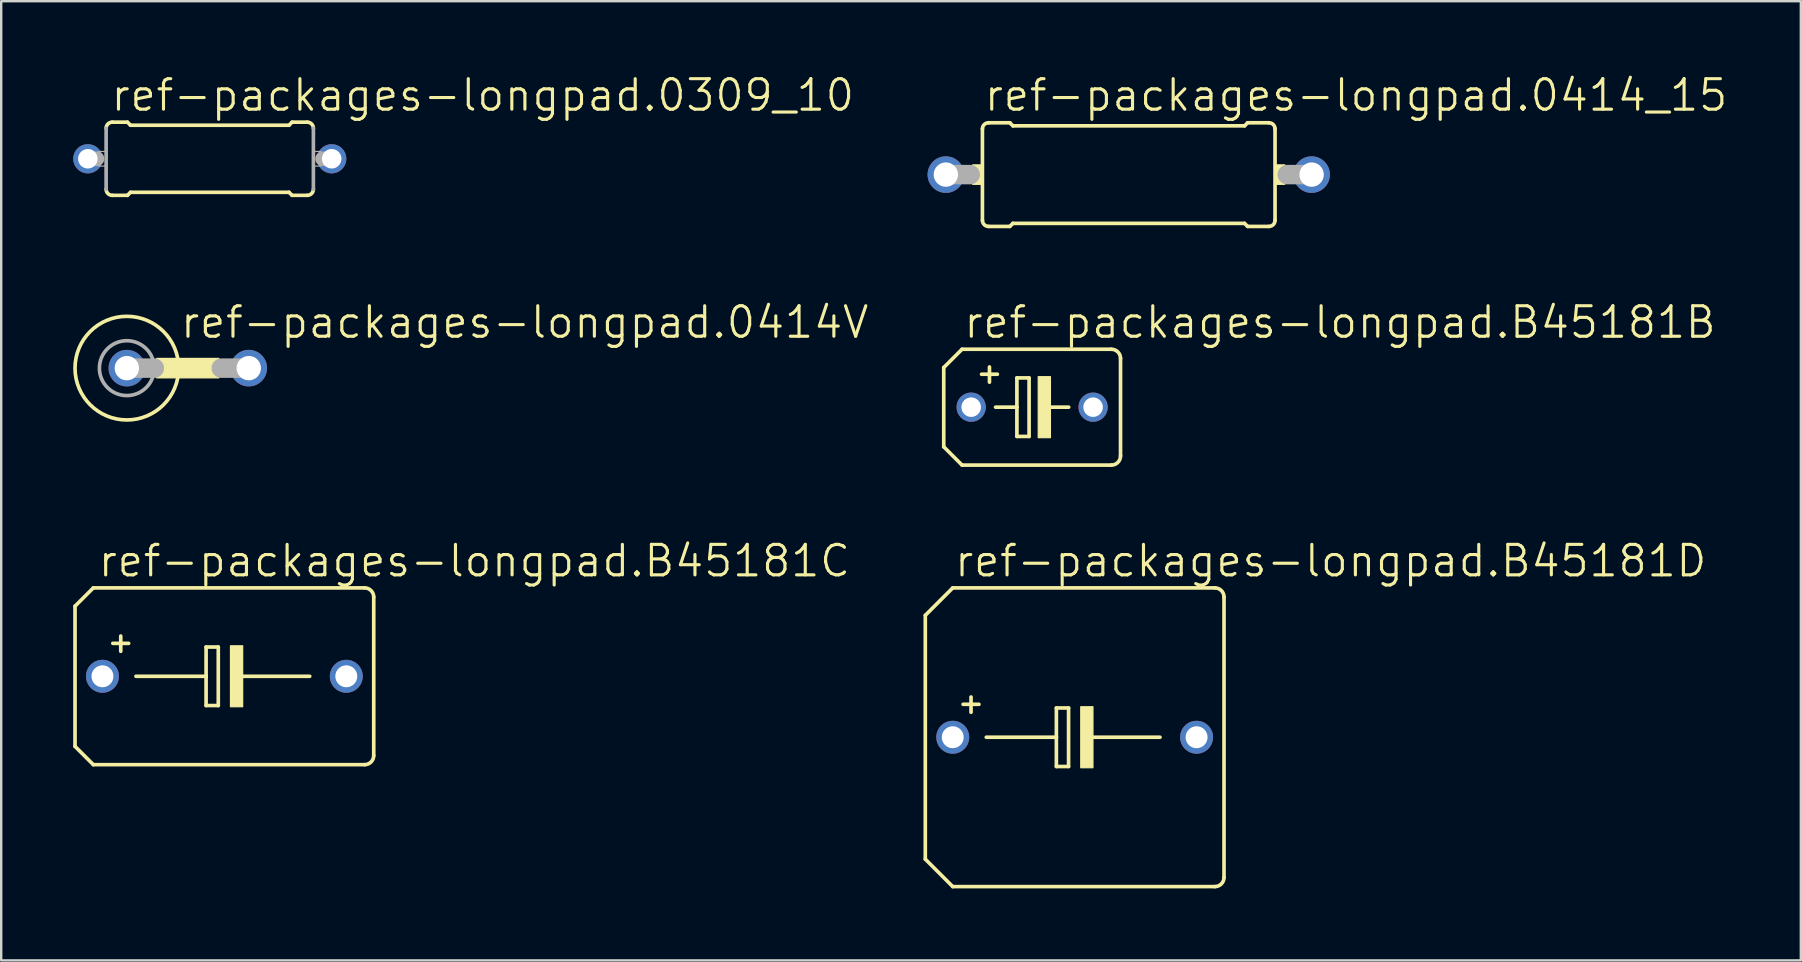
<source format=kicad_pcb>
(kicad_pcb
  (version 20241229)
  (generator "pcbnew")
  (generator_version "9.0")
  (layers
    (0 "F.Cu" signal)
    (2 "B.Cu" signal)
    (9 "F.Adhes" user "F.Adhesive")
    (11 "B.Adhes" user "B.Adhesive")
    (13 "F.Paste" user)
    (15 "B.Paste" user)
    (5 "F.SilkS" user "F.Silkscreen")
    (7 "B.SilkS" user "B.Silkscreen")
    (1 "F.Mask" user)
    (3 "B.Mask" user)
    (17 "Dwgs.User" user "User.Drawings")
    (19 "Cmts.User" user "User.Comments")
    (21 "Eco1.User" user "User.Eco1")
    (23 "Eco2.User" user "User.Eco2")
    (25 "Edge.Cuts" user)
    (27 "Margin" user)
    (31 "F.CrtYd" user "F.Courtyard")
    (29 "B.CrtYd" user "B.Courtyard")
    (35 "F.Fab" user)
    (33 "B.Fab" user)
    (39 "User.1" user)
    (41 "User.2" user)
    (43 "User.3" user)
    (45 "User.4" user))
  (footprint "ref-packages-longpad.0414_15"
    (layer "F.Cu")
    (at 43.98 4.225)
    (property "Reference" "ref-packages-longpad.0414_15" (at -6.096 -2.565 0) (layer "F.SilkS") (effects (font (size 1.27 1.27) (thickness 0.13)) (justify left bottom)))
    (attr through_hole)
    (fp_line (start -6.096 1.905) (end -6.096 -1.905) (stroke (width 0.152) (type default)) (layer "F.SilkS"))
    (fp_line (start -5.842 -2.159) (end -4.953 -2.159) (stroke (width 0.152) (type default)) (layer "F.SilkS"))
    (fp_line (start -5.842 2.159) (end -4.953 2.159) (stroke (width 0.152) (type default)) (layer "F.SilkS"))
    (fp_line (start -4.826 -2.032) (end -4.953 -2.159) (stroke (width 0.152) (type default)) (layer "F.SilkS"))
    (fp_line (start -4.826 2.032) (end -4.953 2.159) (stroke (width 0.152) (type default)) (layer "F.SilkS"))
    (fp_line (start 4.826 -2.032) (end -4.826 -2.032) (stroke (width 0.152) (type default)) (layer "F.SilkS"))
    (fp_line (start 4.826 -2.032) (end 4.953 -2.159) (stroke (width 0.152) (type default)) (layer "F.SilkS"))
    (fp_line (start 4.826 2.032) (end -4.826 2.032) (stroke (width 0.152) (type default)) (layer "F.SilkS"))
    (fp_line (start 4.826 2.032) (end 4.953 2.159) (stroke (width 0.152) (type default)) (layer "F.SilkS"))
    (fp_line (start 5.842 -2.159) (end 4.953 -2.159) (stroke (width 0.152) (type default)) (layer "F.SilkS"))
    (fp_line (start 5.842 2.159) (end 4.953 2.159) (stroke (width 0.152) (type default)) (layer "F.SilkS"))
    (fp_line (start 6.096 1.905) (end 6.096 -1.905) (stroke (width 0.152) (type default)) (layer "F.SilkS"))
    (fp_rect (start -6.502 0.406) (end -6.096 -0.406) (stroke (width 0.05) (type default)) (fill yes) (layer "F.SilkS"))
    (fp_rect (start 6.096 0.406) (end 6.502 -0.406) (stroke (width 0.05) (type default)) (fill yes) (layer "F.SilkS"))
    (fp_arc (start -6.096 -1.905) (mid -6.021605 -2.084605) (end -5.842 -2.159) (stroke (width 0.1524) (type default)) (layer "F.SilkS"))
    (fp_arc (start -5.842 2.159) (mid -6.021605 2.084605) (end -6.096 1.905) (stroke (width 0.1524) (type default)) (layer "F.SilkS"))
    (fp_arc (start 5.842 -2.159) (mid 6.021605 -2.084605) (end 6.096 -1.905) (stroke (width 0.1524) (type default)) (layer "F.SilkS"))
    (fp_arc (start 6.096 1.905) (mid 6.021605 2.084605) (end 5.842 2.159) (stroke (width 0.1524) (type default)) (layer "F.SilkS"))
    (fp_line (start -7.62 0) (end -6.604 0) (stroke (width 0.813) (type default)) (layer "F.Fab"))
    (fp_line (start 7.62 0) (end 6.604 0) (stroke (width 0.813) (type default)) (layer "F.Fab"))
    (pad "1" thru_hole circle (at -7.62 0) (size 1.524 1.524) (drill 1.016) (layers "*.Cu" "*.Mask"))
    (pad "2" thru_hole circle (at 7.62 0) (size 1.524 1.524) (drill 1.016) (layers "*.Cu" "*.Mask")))
  (footprint "ref-packages-longpad.B45181D"
    (layer "F.Cu")
    (at 41.727 27.668)
    (property "Reference" "ref-packages-longpad.B45181D" (at -5.08 -6.604 0) (layer "F.SilkS") (effects (font (size 1.27 1.27) (thickness 0.13)) (justify left bottom)))
    (attr through_hole)
    (fp_line (start -6.223 -5.08) (end -6.223 5.08) (stroke (width 0.152) (type default)) (layer "F.SilkS"))
    (fp_line (start -6.223 -5.08) (end -5.08 -6.223) (stroke (width 0.152) (type default)) (layer "F.SilkS"))
    (fp_line (start -5.08 6.223) (end -6.223 5.08) (stroke (width 0.152) (type default)) (layer "F.SilkS"))
    (fp_line (start -5.08 6.223) (end 5.842 6.223) (stroke (width 0.152) (type default)) (layer "F.SilkS"))
    (fp_line (start -4.318 -1.676) (end -4.318 -1.041) (stroke (width 0.152) (type default)) (layer "F.SilkS"))
    (fp_line (start -3.988 -1.372) (end -4.648 -1.372) (stroke (width 0.152) (type default)) (layer "F.SilkS"))
    (fp_line (start -3.683 0) (end -0.762 0) (stroke (width 0.152) (type default)) (layer "F.SilkS"))
    (fp_line (start -0.762 -1.219) (end -0.762 0) (stroke (width 0.152) (type default)) (layer "F.SilkS"))
    (fp_line (start -0.762 0) (end -0.762 1.219) (stroke (width 0.152) (type default)) (layer "F.SilkS"))
    (fp_line (start -0.762 1.219) (end -0.254 1.219) (stroke (width 0.152) (type default)) (layer "F.SilkS"))
    (fp_line (start -0.254 -1.219) (end -0.762 -1.219) (stroke (width 0.152) (type default)) (layer "F.SilkS"))
    (fp_line (start -0.254 1.219) (end -0.254 -1.219) (stroke (width 0.152) (type default)) (layer "F.SilkS"))
    (fp_line (start 0.635 0) (end 3.556 0) (stroke (width 0.152) (type default)) (layer "F.SilkS"))
    (fp_line (start 5.842 -6.223) (end -5.08 -6.223) (stroke (width 0.152) (type default)) (layer "F.SilkS"))
    (fp_line (start 6.223 -5.842) (end 6.223 5.842) (stroke (width 0.152) (type default)) (layer "F.SilkS"))
    (fp_rect (start 0.254 1.27) (end 0.762 -1.27) (stroke (width 0.05) (type default)) (fill yes) (layer "F.SilkS"))
    (fp_arc (start 5.842 -6.223) (mid 6.111408 -6.111408) (end 6.223 -5.842) (stroke (width 0.1524) (type default)) (layer "F.SilkS"))
    (fp_arc (start 6.223 5.842) (mid 6.111408 6.111408) (end 5.842 6.223) (stroke (width 0.1524) (type default)) (layer "F.SilkS"))
    (pad "+" thru_hole circle (at -5.08 0) (size 1.372 1.372) (drill 0.914) (layers "*.Cu" "*.Mask"))
    (pad "-" thru_hole circle (at 5.08 0) (size 1.372 1.372) (drill 0.914) (layers "*.Cu" "*.Mask")))
  (footprint "ref-packages-longpad.0414V"
    (layer "F.Cu")
    (at 4.775 12.289)
    (property "Reference" "ref-packages-longpad.0414V" (at -0.381 -1.168 0) (layer "F.SilkS") (effects (font (size 1.27 1.27) (thickness 0.13)) (justify left bottom)))
    (attr through_hole)
    (fp_rect (start -1.295 0.406) (end 1.295 -0.406) (stroke (width 0.05) (type default)) (fill yes) (layer "F.SilkS"))
    (fp_circle (center -2.54 0) (end -0.381 0) (stroke (width 0.152) (type default)) (fill no) (layer "F.SilkS"))
    (fp_line (start -2.54 0) (end -1.397 0) (stroke (width 0.813) (type default)) (layer "F.Fab"))
    (fp_line (start 2.54 0) (end 1.397 0) (stroke (width 0.813) (type default)) (layer "F.Fab"))
    (fp_circle (center -2.54 0) (end -1.397 0) (stroke (width 0.152) (type default)) (fill no) (layer "F.Fab"))
    (pad "1" thru_hole circle (at -2.54 0) (size 1.524 1.524) (drill 1.016) (layers "*.Cu" "*.Mask"))
    (pad "2" thru_hole circle (at 2.54 0) (size 1.524 1.524) (drill 1.016) (layers "*.Cu" "*.Mask")))
  (footprint "ref-packages-longpad.B45181C"
    (layer "F.Cu")
    (at 6.299 25.128)
    (property "Reference" "ref-packages-longpad.B45181C" (at -5.334 -4.064 0) (layer "F.SilkS") (effects (font (size 1.27 1.27) (thickness 0.13)) (justify left bottom)))
    (attr through_hole)
    (fp_line (start -6.223 -2.921) (end -6.223 2.921) (stroke (width 0.152) (type default)) (layer "F.SilkS"))
    (fp_line (start -6.223 -2.921) (end -5.461 -3.683) (stroke (width 0.152) (type default)) (layer "F.SilkS"))
    (fp_line (start -5.461 3.683) (end -6.223 2.921) (stroke (width 0.152) (type default)) (layer "F.SilkS"))
    (fp_line (start -5.461 3.683) (end 5.842 3.683) (stroke (width 0.152) (type default)) (layer "F.SilkS"))
    (fp_line (start -4.318 -1.676) (end -4.318 -1.041) (stroke (width 0.152) (type default)) (layer "F.SilkS"))
    (fp_line (start -3.988 -1.372) (end -4.648 -1.372) (stroke (width 0.152) (type default)) (layer "F.SilkS"))
    (fp_line (start -3.683 0) (end -0.762 0) (stroke (width 0.152) (type default)) (layer "F.SilkS"))
    (fp_line (start -0.762 -1.219) (end -0.762 0) (stroke (width 0.152) (type default)) (layer "F.SilkS"))
    (fp_line (start -0.762 0) (end -0.762 1.219) (stroke (width 0.152) (type default)) (layer "F.SilkS"))
    (fp_line (start -0.762 1.219) (end -0.254 1.219) (stroke (width 0.152) (type default)) (layer "F.SilkS"))
    (fp_line (start -0.254 -1.219) (end -0.762 -1.219) (stroke (width 0.152) (type default)) (layer "F.SilkS"))
    (fp_line (start -0.254 1.219) (end -0.254 -1.219) (stroke (width 0.152) (type default)) (layer "F.SilkS"))
    (fp_line (start 0.635 0) (end 3.556 0) (stroke (width 0.152) (type default)) (layer "F.SilkS"))
    (fp_line (start 5.842 -3.683) (end -5.461 -3.683) (stroke (width 0.152) (type default)) (layer "F.SilkS"))
    (fp_line (start 6.223 -3.302) (end 6.223 3.302) (stroke (width 0.152) (type default)) (layer "F.SilkS"))
    (fp_rect (start 0.254 1.27) (end 0.762 -1.27) (stroke (width 0.05) (type default)) (fill yes) (layer "F.SilkS"))
    (fp_arc (start 5.842 -3.683) (mid 6.111408 -3.571408) (end 6.223 -3.302) (stroke (width 0.1524) (type default)) (layer "F.SilkS"))
    (fp_arc (start 6.223 3.302) (mid 6.111408 3.571408) (end 5.842 3.683) (stroke (width 0.1524) (type default)) (layer "F.SilkS"))
    (pad "+" thru_hole circle (at -5.08 0) (size 1.372 1.372) (drill 0.914) (layers "*.Cu" "*.Mask"))
    (pad "-" thru_hole circle (at 5.08 0) (size 1.372 1.372) (drill 0.914) (layers "*.Cu" "*.Mask")))
  (footprint "ref-packages-longpad.B45181B"
    (layer "F.Cu")
    (at 39.955 13.915)
    (property "Reference" "ref-packages-longpad.B45181B" (at -2.921 -2.794 0) (layer "F.SilkS") (effects (font (size 1.27 1.27) (thickness 0.13)) (justify left bottom)))
    (attr through_hole)
    (fp_line (start -3.683 -1.651) (end -3.683 1.651) (stroke (width 0.152) (type default)) (layer "F.SilkS"))
    (fp_line (start -3.683 -1.651) (end -2.921 -2.413) (stroke (width 0.152) (type default)) (layer "F.SilkS"))
    (fp_line (start -2.921 2.413) (end -3.683 1.651) (stroke (width 0.152) (type default)) (layer "F.SilkS"))
    (fp_line (start -2.921 2.413) (end 3.302 2.413) (stroke (width 0.152) (type default)) (layer "F.SilkS"))
    (fp_line (start -1.778 -1.676) (end -1.778 -1.041) (stroke (width 0.152) (type default)) (layer "F.SilkS"))
    (fp_line (start -1.524 0) (end -0.635 0) (stroke (width 0.152) (type default)) (layer "F.SilkS"))
    (fp_line (start -1.448 -1.372) (end -2.108 -1.372) (stroke (width 0.152) (type default)) (layer "F.SilkS"))
    (fp_line (start -0.635 -1.219) (end -0.635 0) (stroke (width 0.152) (type default)) (layer "F.SilkS"))
    (fp_line (start -0.635 0) (end -0.635 1.219) (stroke (width 0.152) (type default)) (layer "F.SilkS"))
    (fp_line (start -0.635 1.219) (end -0.127 1.219) (stroke (width 0.152) (type default)) (layer "F.SilkS"))
    (fp_line (start -0.127 -1.219) (end -0.635 -1.219) (stroke (width 0.152) (type default)) (layer "F.SilkS"))
    (fp_line (start -0.127 1.219) (end -0.127 -1.219) (stroke (width 0.152) (type default)) (layer "F.SilkS"))
    (fp_line (start 0.635 0) (end 1.524 0) (stroke (width 0.152) (type default)) (layer "F.SilkS"))
    (fp_line (start 3.302 -2.413) (end -2.921 -2.413) (stroke (width 0.152) (type default)) (layer "F.SilkS"))
    (fp_line (start 3.683 -2.032) (end 3.683 2.032) (stroke (width 0.152) (type default)) (layer "F.SilkS"))
    (fp_rect (start 0.254 1.27) (end 0.762 -1.27) (stroke (width 0.05) (type default)) (fill yes) (layer "F.SilkS"))
    (fp_arc (start 3.302 -2.413) (mid 3.571408 -2.301408) (end 3.683 -2.032) (stroke (width 0.1524) (type default)) (layer "F.SilkS"))
    (fp_arc (start 3.683 2.032) (mid 3.571408 2.301408) (end 3.302 2.413) (stroke (width 0.1524) (type default)) (layer "F.SilkS"))
    (pad "+" thru_hole circle (at -2.54 0) (size 1.219 1.219) (drill 0.813) (layers "*.Cu" "*.Mask"))
    (pad "-" thru_hole circle (at 2.54 0) (size 1.219 1.219) (drill 0.813) (layers "*.Cu" "*.Mask")))
  (footprint "ref-packages-longpad.0309_10"
    (layer "F.Cu")
    (at 5.69 3.565)
    (property "Reference" "ref-packages-longpad.0309_10" (at -4.191 -1.905 0) (layer "F.SilkS") (effects (font (size 1.27 1.27) (thickness 0.13)) (justify left bottom)))
    (attr through_hole)
    (fp_line (start -4.064 -1.524) (end -3.429 -1.524) (stroke (width 0.152) (type default)) (layer "F.SilkS"))
    (fp_line (start -4.064 1.524) (end -3.429 1.524) (stroke (width 0.152) (type default)) (layer "F.SilkS"))
    (fp_line (start -3.302 -1.397) (end -3.429 -1.524) (stroke (width 0.152) (type default)) (layer "F.SilkS"))
    (fp_line (start -3.302 1.397) (end -3.429 1.524) (stroke (width 0.152) (type default)) (layer "F.SilkS"))
    (fp_line (start 3.302 -1.397) (end -3.302 -1.397) (stroke (width 0.152) (type default)) (layer "F.SilkS"))
    (fp_line (start 3.302 -1.397) (end 3.429 -1.524) (stroke (width 0.152) (type default)) (layer "F.SilkS"))
    (fp_line (start 3.302 1.397) (end -3.302 1.397) (stroke (width 0.152) (type default)) (layer "F.SilkS"))
    (fp_line (start 3.302 1.397) (end 3.429 1.524) (stroke (width 0.152) (type default)) (layer "F.SilkS"))
    (fp_line (start 4.064 -1.524) (end 3.429 -1.524) (stroke (width 0.152) (type default)) (layer "F.SilkS"))
    (fp_line (start 4.064 1.524) (end 3.429 1.524) (stroke (width 0.152) (type default)) (layer "F.SilkS"))
    (fp_arc (start -4.318 -1.27) (mid -4.243605 -1.449605) (end -4.064 -1.524) (stroke (width 0.1524) (type default)) (layer "F.SilkS"))
    (fp_arc (start -4.064 1.524) (mid -4.243605 1.449605) (end -4.318 1.27) (stroke (width 0.1524) (type default)) (layer "F.SilkS"))
    (fp_arc (start 4.064 -1.524) (mid 4.243605 -1.449605) (end 4.318 -1.27) (stroke (width 0.1524) (type default)) (layer "F.SilkS"))
    (fp_arc (start 4.318 1.27) (mid 4.243605 1.449605) (end 4.064 1.524) (stroke (width 0.1524) (type default)) (layer "F.SilkS"))
    (fp_line (start -4.699 0) (end -5.08 0) (stroke (width 0.61) (type default)) (layer "F.Fab"))
    (fp_line (start -4.318 1.27) (end -4.318 -1.27) (stroke (width 0.152) (type default)) (layer "F.Fab"))
    (fp_line (start 4.318 1.27) (end 4.318 -1.27) (stroke (width 0.152) (type default)) (layer "F.Fab"))
    (fp_line (start 5.08 0) (end 4.699 0) (stroke (width 0.61) (type default)) (layer "F.Fab"))
    (fp_rect (start -4.623 0.305) (end -4.318 -0.305) (stroke (width 0.05) (type default)) (fill no) (layer "F.Fab"))
    (fp_rect (start 4.318 0.305) (end 4.623 -0.305) (stroke (width 0.05) (type default)) (fill no) (layer "F.Fab"))
    (pad "1" thru_hole circle (at -5.08 0) (size 1.219 1.219) (drill 0.813) (layers "*.Cu" "*.Mask"))
    (pad "2" thru_hole circle (at 5.08 0) (size 1.219 1.219) (drill 0.813) (layers "*.Cu" "*.Mask")))
  (gr_rect
    (start -3 -3)
    (end 71.984 36.967)
    (stroke (width 0.1) (type default))
    (fill no)
    (layer "Edge.Cuts")))
</source>
